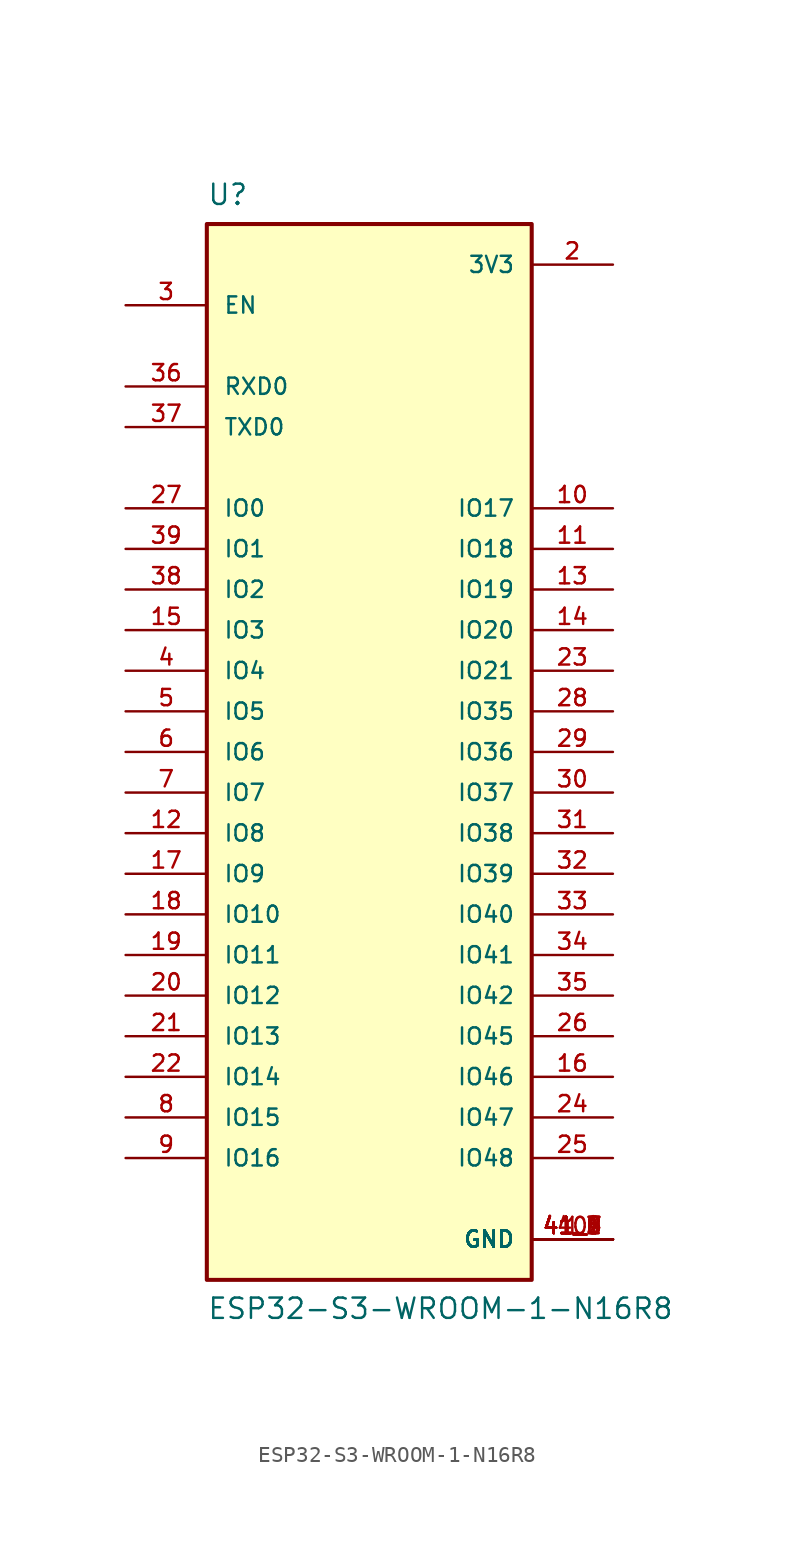
<source format=kicad_sym>
(kicad_symbol_lib
  (version 20211014)
  (generator kicad_symbol_editor)
  (symbol "ESP32-S3-WROOM-1-N16R8"
    (pin_names
      (offset 1.016))
    (property "Reference" "U"
      (at -10.16 31.572 0)
      (effects (font (size 1.27 1.27)) (justify bottom left)))
    (property "Value" "ESP32-S3-WROOM-1-N16R8"
      (at -10.16 -38.1 0)
      (effects (font (size 1.27 1.27)) (justify bottom left)))
    (symbol "ESP32-S3-WROOM-1-N16R8_0_0"
      (rectangle (start -10.16 -35.56) (end 10.16 30.48) (stroke (width 0.254)) (fill (type background)))
      (pin power_in line (at 15.24 -33.02 180.0) (length 5.08) (name "GND" (effects (font (size 1.016 1.016)))) (number "1" (effects (font (size 1.016 1.016)))))
      (pin power_in line (at 15.24 -33.02 180.0) (length 5.08) (name "GND" (effects (font (size 1.016 1.016)))) (number "40" (effects (font (size 1.016 1.016)))))
      (pin power_in line (at 15.24 -33.02 180.0) (length 5.08) (name "GND" (effects (font (size 1.016 1.016)))) (number "41_1" (effects (font (size 1.016 1.016)))))
      (pin power_in line (at 15.24 -33.02 180.0) (length 5.08) (name "GND" (effects (font (size 1.016 1.016)))) (number "41_2" (effects (font (size 1.016 1.016)))))
      (pin power_in line (at 15.24 -33.02 180.0) (length 5.08) (name "GND" (effects (font (size 1.016 1.016)))) (number "41_3" (effects (font (size 1.016 1.016)))))
      (pin power_in line (at 15.24 -33.02 180.0) (length 5.08) (name "GND" (effects (font (size 1.016 1.016)))) (number "41_4" (effects (font (size 1.016 1.016)))))
      (pin power_in line (at 15.24 -33.02 180.0) (length 5.08) (name "GND" (effects (font (size 1.016 1.016)))) (number "41_5" (effects (font (size 1.016 1.016)))))
      (pin power_in line (at 15.24 -33.02 180.0) (length 5.08) (name "GND" (effects (font (size 1.016 1.016)))) (number "41_6" (effects (font (size 1.016 1.016)))))
      (pin power_in line (at 15.24 -33.02 180.0) (length 5.08) (name "GND" (effects (font (size 1.016 1.016)))) (number "41_7" (effects (font (size 1.016 1.016)))))
      (pin power_in line (at 15.24 -33.02 180.0) (length 5.08) (name "GND" (effects (font (size 1.016 1.016)))) (number "41_8" (effects (font (size 1.016 1.016)))))
      (pin power_in line (at 15.24 -33.02 180.0) (length 5.08) (name "GND" (effects (font (size 1.016 1.016)))) (number "41_9" (effects (font (size 1.016 1.016)))))
      (pin power_in line (at 15.24 27.94 180.0) (length 5.08) (name "3V3" (effects (font (size 1.016 1.016)))) (number "2" (effects (font (size 1.016 1.016)))))
      (pin input line (at -15.24 25.4 0) (length 5.08) (name "EN" (effects (font (size 1.016 1.016)))) (number "3" (effects (font (size 1.016 1.016)))))
      (pin bidirectional line (at 15.24 0.0 180.0) (length 5.08) (name "IO35" (effects (font (size 1.016 1.016)))) (number "28" (effects (font (size 1.016 1.016)))))
      (pin bidirectional line (at 15.24 -15.24 180.0) (length 5.08) (name "IO41" (effects (font (size 1.016 1.016)))) (number "34" (effects (font (size 1.016 1.016)))))
      (pin bidirectional line (at 15.24 -10.16 180.0) (length 5.08) (name "IO39" (effects (font (size 1.016 1.016)))) (number "32" (effects (font (size 1.016 1.016)))))
      (pin bidirectional line (at 15.24 -12.7 180.0) (length 5.08) (name "IO40" (effects (font (size 1.016 1.016)))) (number "33" (effects (font (size 1.016 1.016)))))
      (pin bidirectional line (at -15.24 -22.86 0) (length 5.08) (name "IO14" (effects (font (size 1.016 1.016)))) (number "22" (effects (font (size 1.016 1.016)))))
      (pin bidirectional line (at -15.24 -17.78 0) (length 5.08) (name "IO12" (effects (font (size 1.016 1.016)))) (number "20" (effects (font (size 1.016 1.016)))))
      (pin bidirectional line (at -15.24 -20.32 0) (length 5.08) (name "IO13" (effects (font (size 1.016 1.016)))) (number "21" (effects (font (size 1.016 1.016)))))
      (pin bidirectional line (at -15.24 -25.4 0) (length 5.08) (name "IO15" (effects (font (size 1.016 1.016)))) (number "8" (effects (font (size 1.016 1.016)))))
      (pin bidirectional line (at -15.24 7.62 0) (length 5.08) (name "IO2" (effects (font (size 1.016 1.016)))) (number "38" (effects (font (size 1.016 1.016)))))
      (pin bidirectional line (at -15.24 12.7 0) (length 5.08) (name "IO0" (effects (font (size 1.016 1.016)))) (number "27" (effects (font (size 1.016 1.016)))))
      (pin bidirectional line (at -15.24 2.54 0) (length 5.08) (name "IO4" (effects (font (size 1.016 1.016)))) (number "4" (effects (font (size 1.016 1.016)))))
      (pin bidirectional line (at -15.24 -27.94 0) (length 5.08) (name "IO16" (effects (font (size 1.016 1.016)))) (number "9" (effects (font (size 1.016 1.016)))))
      (pin bidirectional line (at 15.24 12.7 180.0) (length 5.08) (name "IO17" (effects (font (size 1.016 1.016)))) (number "10" (effects (font (size 1.016 1.016)))))
      (pin bidirectional line (at -15.24 0.0 0) (length 5.08) (name "IO5" (effects (font (size 1.016 1.016)))) (number "5" (effects (font (size 1.016 1.016)))))
      (pin bidirectional line (at 15.24 10.16 180.0) (length 5.08) (name "IO18" (effects (font (size 1.016 1.016)))) (number "11" (effects (font (size 1.016 1.016)))))
      (pin bidirectional line (at 15.24 7.62 180.0) (length 5.08) (name "IO19" (effects (font (size 1.016 1.016)))) (number "13" (effects (font (size 1.016 1.016)))))
      (pin bidirectional line (at 15.24 2.54 180.0) (length 5.08) (name "IO21" (effects (font (size 1.016 1.016)))) (number "23" (effects (font (size 1.016 1.016)))))
      (pin bidirectional line (at 15.24 -5.08 180.0) (length 5.08) (name "IO37" (effects (font (size 1.016 1.016)))) (number "30" (effects (font (size 1.016 1.016)))))
      (pin bidirectional line (at 15.24 -7.62 180.0) (length 5.08) (name "IO38" (effects (font (size 1.016 1.016)))) (number "31" (effects (font (size 1.016 1.016)))))
      (pin bidirectional line (at -15.24 10.16 0) (length 5.08) (name "IO1" (effects (font (size 1.016 1.016)))) (number "39" (effects (font (size 1.016 1.016)))))
      (pin bidirectional line (at -15.24 5.08 0) (length 5.08) (name "IO3" (effects (font (size 1.016 1.016)))) (number "15" (effects (font (size 1.016 1.016)))))
      (pin bidirectional line (at -15.24 -2.54 0) (length 5.08) (name "IO6" (effects (font (size 1.016 1.016)))) (number "6" (effects (font (size 1.016 1.016)))))
      (pin bidirectional line (at -15.24 -5.08 0) (length 5.08) (name "IO7" (effects (font (size 1.016 1.016)))) (number "7" (effects (font (size 1.016 1.016)))))
      (pin bidirectional line (at -15.24 -7.62 0) (length 5.08) (name "IO8" (effects (font (size 1.016 1.016)))) (number "12" (effects (font (size 1.016 1.016)))))
      (pin bidirectional line (at -15.24 -10.16 0) (length 5.08) (name "IO9" (effects (font (size 1.016 1.016)))) (number "17" (effects (font (size 1.016 1.016)))))
      (pin bidirectional line (at -15.24 -12.7 0) (length 5.08) (name "IO10" (effects (font (size 1.016 1.016)))) (number "18" (effects (font (size 1.016 1.016)))))
      (pin bidirectional line (at -15.24 -15.24 0) (length 5.08) (name "IO11" (effects (font (size 1.016 1.016)))) (number "19" (effects (font (size 1.016 1.016)))))
      (pin bidirectional line (at 15.24 -2.54 180.0) (length 5.08) (name "IO36" (effects (font (size 1.016 1.016)))) (number "29" (effects (font (size 1.016 1.016)))))
      (pin bidirectional line (at 15.24 -17.78 180.0) (length 5.08) (name "IO42" (effects (font (size 1.016 1.016)))) (number "35" (effects (font (size 1.016 1.016)))))
      (pin bidirectional line (at 15.24 5.08 180.0) (length 5.08) (name "IO20" (effects (font (size 1.016 1.016)))) (number "14" (effects (font (size 1.016 1.016)))))
      (pin bidirectional line (at -15.24 17.78 0) (length 5.08) (name "TXD0" (effects (font (size 1.016 1.016)))) (number "37" (effects (font (size 1.016 1.016)))))
      (pin bidirectional line (at -15.24 20.32 0) (length 5.08) (name "RXD0" (effects (font (size 1.016 1.016)))) (number "36" (effects (font (size 1.016 1.016)))))
      (pin bidirectional line (at 15.24 -20.32 180.0) (length 5.08) (name "IO45" (effects (font (size 1.016 1.016)))) (number "26" (effects (font (size 1.016 1.016)))))
      (pin bidirectional line (at 15.24 -22.86 180.0) (length 5.08) (name "IO46" (effects (font (size 1.016 1.016)))) (number "16" (effects (font (size 1.016 1.016)))))
      (pin bidirectional line (at 15.24 -25.4 180.0) (length 5.08) (name "IO47" (effects (font (size 1.016 1.016)))) (number "24" (effects (font (size 1.016 1.016)))))
      (pin bidirectional line (at 15.24 -27.94 180.0) (length 5.08) (name "IO48" (effects (font (size 1.016 1.016)))) (number "25" (effects (font (size 1.016 1.016))))))))
</source>
